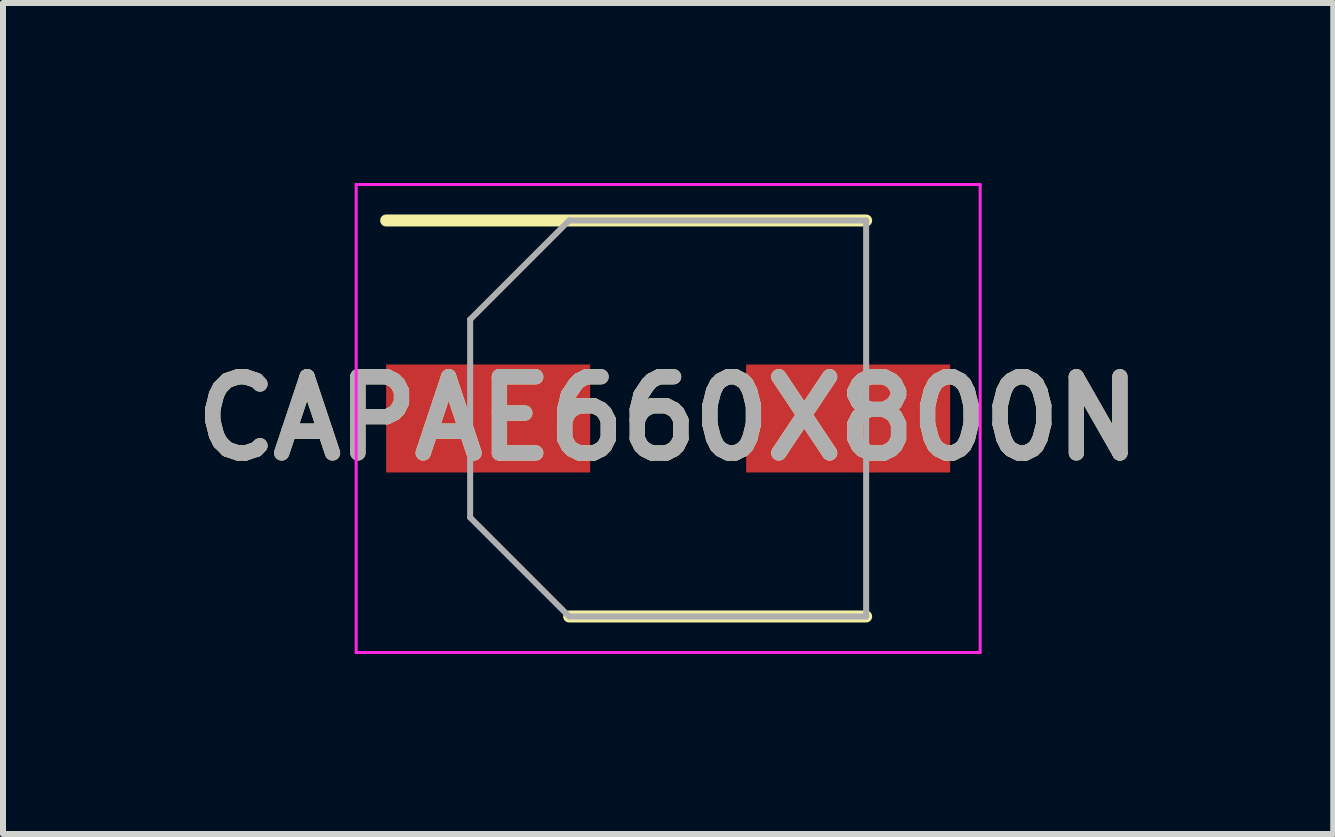
<source format=kicad_pcb>
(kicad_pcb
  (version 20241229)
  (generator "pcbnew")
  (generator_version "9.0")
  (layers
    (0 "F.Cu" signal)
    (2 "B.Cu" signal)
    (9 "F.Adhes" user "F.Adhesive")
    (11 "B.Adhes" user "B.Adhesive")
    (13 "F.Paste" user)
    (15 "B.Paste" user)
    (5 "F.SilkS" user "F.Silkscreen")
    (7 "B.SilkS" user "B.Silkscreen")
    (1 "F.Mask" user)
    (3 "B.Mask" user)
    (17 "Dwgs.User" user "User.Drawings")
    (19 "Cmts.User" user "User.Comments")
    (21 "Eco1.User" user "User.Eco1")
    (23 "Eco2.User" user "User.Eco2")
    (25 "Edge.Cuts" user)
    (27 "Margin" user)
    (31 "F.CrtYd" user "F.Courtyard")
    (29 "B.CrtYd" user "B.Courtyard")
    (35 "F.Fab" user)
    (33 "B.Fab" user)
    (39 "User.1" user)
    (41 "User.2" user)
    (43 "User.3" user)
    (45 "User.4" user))
  (footprint "CAPAE660X800N"
    (layer "F.Cu")
    (at 8.086 3.925)
    (property "Reference" "CAPAE660X800N" (at 0 0 0) (layer "F.SilkS") (effects (font (size 1.27 1.27) (thickness 0.254))))
    (attr smd)
    (fp_line (start -4.7 -3.3) (end 3.3 -3.3) (stroke (width 0.2) (type solid)) (layer "F.SilkS"))
    (fp_line (start -1.65 3.3) (end 3.3 3.3) (stroke (width 0.2) (type solid)) (layer "F.SilkS"))
    (fp_line (start -5.2 -3.9) (end 5.2 -3.9) (stroke (width 0.05) (type solid)) (layer "F.CrtYd"))
    (fp_line (start -5.2 3.9) (end -5.2 -3.9) (stroke (width 0.05) (type solid)) (layer "F.CrtYd"))
    (fp_line (start 5.2 -3.9) (end 5.2 3.9) (stroke (width 0.05) (type solid)) (layer "F.CrtYd"))
    (fp_line (start 5.2 3.9) (end -5.2 3.9) (stroke (width 0.05) (type solid)) (layer "F.CrtYd"))
    (fp_line (start -3.3 -1.65) (end -3.3 1.65) (stroke (width 0.1) (type solid)) (layer "F.Fab"))
    (fp_line (start -3.3 1.65) (end -1.65 3.3) (stroke (width 0.1) (type solid)) (layer "F.Fab"))
    (fp_line (start -1.65 -3.3) (end -3.3 -1.65) (stroke (width 0.1) (type solid)) (layer "F.Fab"))
    (fp_line (start -1.65 3.3) (end 3.3 3.3) (stroke (width 0.1) (type solid)) (layer "F.Fab"))
    (fp_line (start 3.3 -3.3) (end -1.65 -3.3) (stroke (width 0.1) (type solid)) (layer "F.Fab"))
    (fp_line (start 3.3 3.3) (end 3.3 -3.3) (stroke (width 0.1) (type solid)) (layer "F.Fab"))
    (fp_text user "${REFERENCE}" (at 0 0 0) (layer "F.Fab") (effects (font (size 1.27 1.27) (thickness 0.254))))
    (pad "1" smd rect (at -3 0 90) (size 1.8 3.4) (layers "F.Cu" "F.Mask" "F.Paste"))
    (pad "2" smd rect (at 3 0 90) (size 1.8 3.4) (layers "F.Cu" "F.Mask" "F.Paste")))
  (gr_rect
    (start -3 -3)
    (end 19.171 10.85)
    (stroke (width 0.1) (type default))
    (fill no)
    (layer "Edge.Cuts")))
</source>
